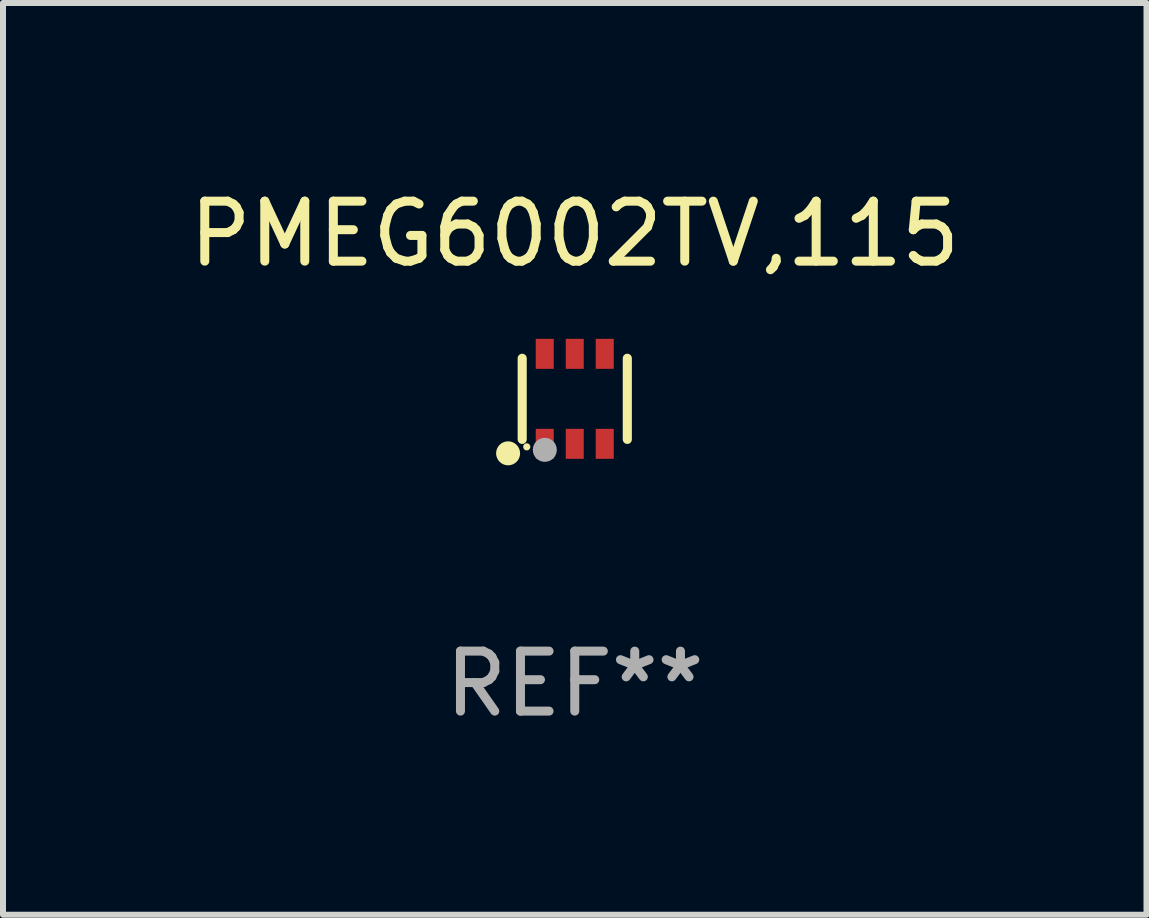
<source format=kicad_pcb>
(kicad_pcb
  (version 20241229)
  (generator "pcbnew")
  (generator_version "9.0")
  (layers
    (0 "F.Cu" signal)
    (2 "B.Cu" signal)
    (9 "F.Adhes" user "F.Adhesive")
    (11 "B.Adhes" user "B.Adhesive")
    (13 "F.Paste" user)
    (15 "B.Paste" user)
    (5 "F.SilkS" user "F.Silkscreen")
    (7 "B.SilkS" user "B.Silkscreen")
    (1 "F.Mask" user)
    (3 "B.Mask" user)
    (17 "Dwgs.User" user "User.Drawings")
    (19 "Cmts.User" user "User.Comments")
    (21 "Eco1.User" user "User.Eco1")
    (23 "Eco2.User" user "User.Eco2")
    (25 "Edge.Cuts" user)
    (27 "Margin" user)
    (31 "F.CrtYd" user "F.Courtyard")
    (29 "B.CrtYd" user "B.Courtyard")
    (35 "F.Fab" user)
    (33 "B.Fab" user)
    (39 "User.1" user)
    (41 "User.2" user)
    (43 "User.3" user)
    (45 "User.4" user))
  (footprint "PMEG6002TV,115"
    (layer "F.Cu")
    (at 6.53 3.598)
    (property "Reference" "PMEG6002TV,115" (at 0 -2.75 0) (layer "F.SilkS") (effects (font (size 1 1) (thickness 0.15))))
    (attr through_hole)
    (fp_line (start -0.876 0.676) (end -0.876 -0.676) (stroke (width 0.152) (type solid)) (layer "F.SilkS"))
    (fp_line (start 0.876 0.676) (end 0.876 -0.676) (stroke (width 0.152) (type solid)) (layer "F.SilkS"))
    (fp_circle (center -1.111 0.908) (end -1.011 0.908) (stroke (width 0.2) (type solid)) (fill no) (layer "F.SilkS"))
    (fp_circle (center -0.8 0.8) (end -0.77 0.8) (stroke (width 0.06) (type solid)) (fill no) (layer "F.SilkS"))
    (fp_circle (center -0.499 0.85) (end -0.399 0.85) (stroke (width 0.2) (type solid)) (fill no) (layer "F.Fab"))
    (fp_text user "REF**" (at 0 4.75 0) (layer "F.Fab") (effects (font (size 1 1) (thickness 0.15))))
    (pad "1" smd rect (at -0.5 0.75) (size 0.3 0.5) (layers "F.Cu" "F.Mask" "F.Paste"))
    (pad "2" smd rect (at 0 0.75) (size 0.3 0.5) (layers "F.Cu" "F.Mask" "F.Paste"))
    (pad "3" smd rect (at 0.5 0.75) (size 0.3 0.5) (layers "F.Cu" "F.Mask" "F.Paste"))
    (pad "4" smd rect (at 0.5 -0.75) (size 0.3 0.5) (layers "F.Cu" "F.Mask" "F.Paste"))
    (pad "5" smd rect (at 0 -0.75) (size 0.3 0.5) (layers "F.Cu" "F.Mask" "F.Paste"))
    (pad "6" smd rect (at -0.5 -0.75) (size 0.3 0.5) (layers "F.Cu" "F.Mask" "F.Paste")))
  (gr_rect
    (start -3 -3)
    (end 16.06 12.197)
    (stroke (width 0.1) (type default))
    (fill no)
    (layer "Edge.Cuts")))
</source>
